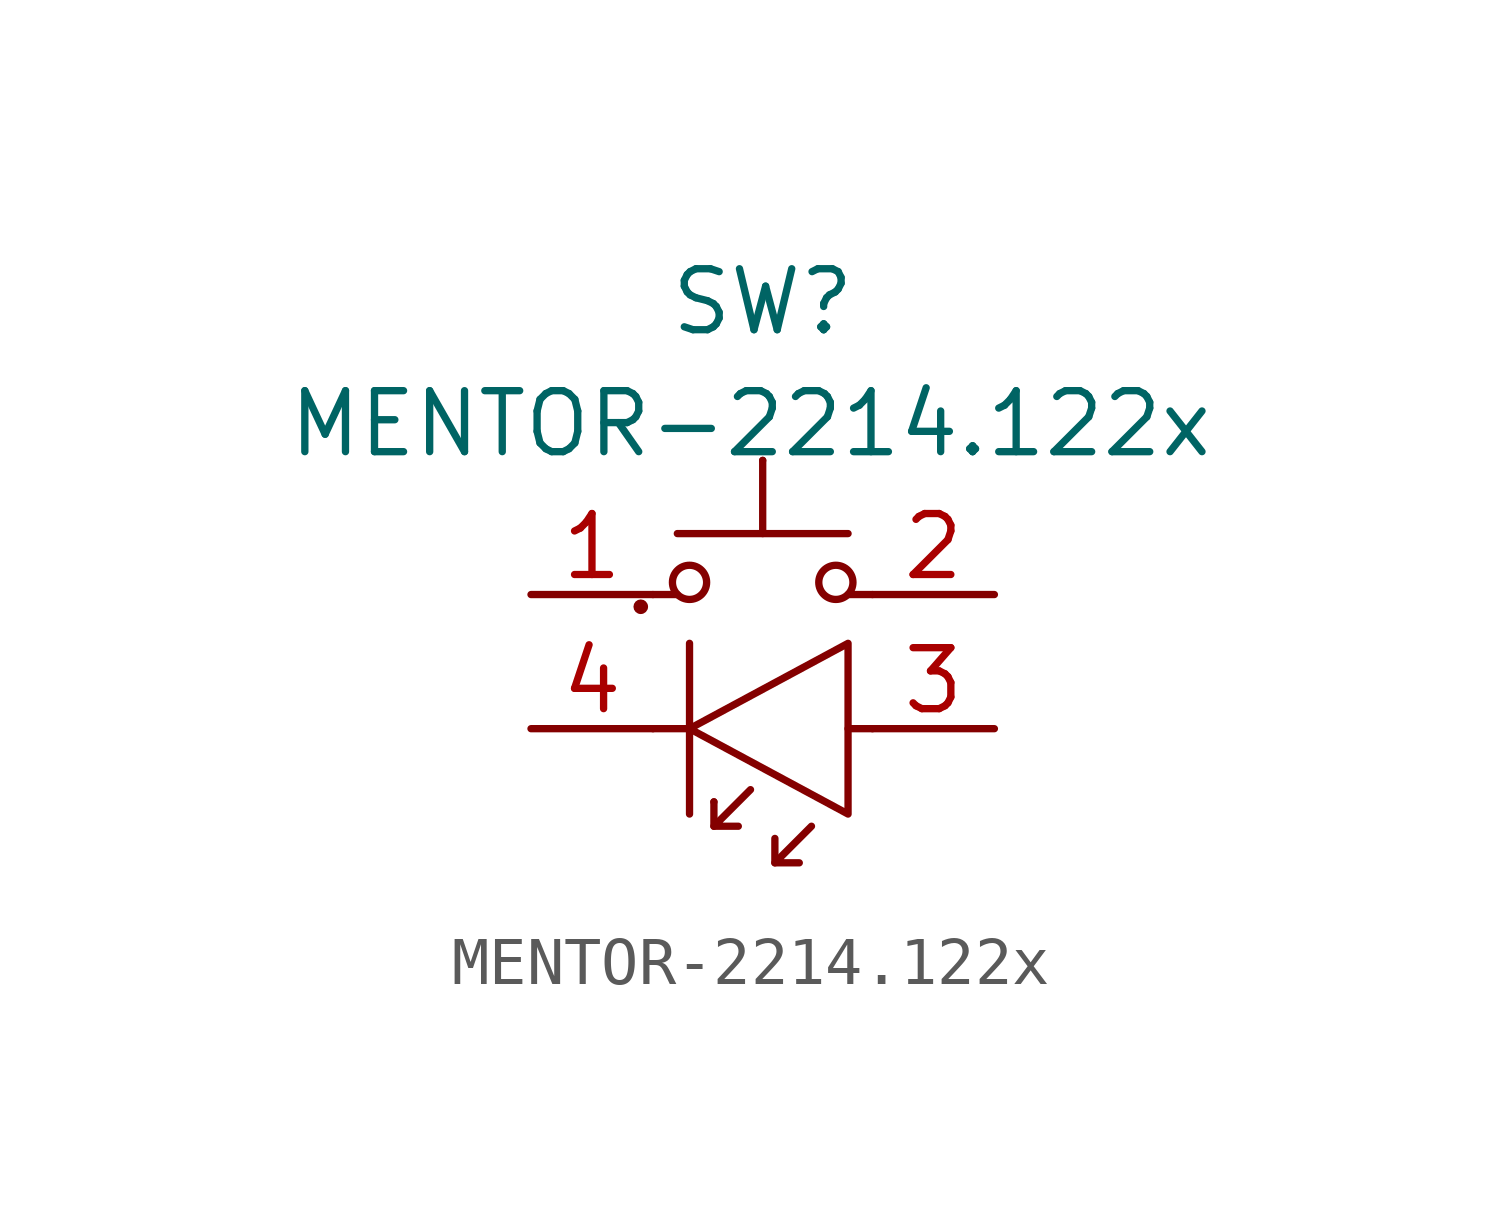
<source format=kicad_sym>
(kicad_symbol_lib
  (version 20211014)
  (generator kicad_symbol_editor)
  (symbol "MENTOR-2214.122x"
    (pin_names
      (offset 1.016))
    (property "Reference" "SW"
      (at 0 7.62 0)
      (effects (font (size 1.27 1.27))))
    (property "Value" "MENTOR-2214.122x"
      (at -0.254 5.08 0)
      (effects (font (size 1.27 1.27))))
    (symbol "MENTOR-2214.122x_0_1"
      (circle (center -2.54 1.27) (radius 0.0001) (stroke (width 0) (type default) (color 0 0 0 0)) (fill (type none)))
      (circle (center -1.524 1.778) (radius 0.356) (stroke (width 0) (type default) (color 0 0 0 0)) (fill (type none)))
      (polyline (pts (xy -2.286 1.524) (xy -1.778 1.524)) (stroke (width 0) (type default) (color 0 0 0 0)) (fill (type none)))
      (polyline (pts (xy -1.778 2.794) (xy 1.778 2.794)) (stroke (width 0) (type default) (color 0 0 0 0)) (fill (type none)))
      (polyline (pts (xy -1.524 -1.27) (xy -2.286 -1.27)) (stroke (width 0) (type default) (color 0 0 0 0)) (fill (type none)))
      (polyline (pts (xy -1.524 0.508) (xy -1.524 -3.048)) (stroke (width 0) (type default) (color 0 0 0 0)) (fill (type none)))
      (polyline (pts (xy -1.016 -3.302) (xy -1.016 -2.794)) (stroke (width 0) (type default) (color 0 0 0 0)) (fill (type none)))
      (polyline (pts (xy -1.016 -2.794) (xy -1.016 -2.794)) (stroke (width 0) (type default) (color 0 0 0 0)) (fill (type none)))
      (polyline (pts (xy 0 2.794) (xy 0 4.318)) (stroke (width 0) (type default) (color 0 0 0 0)) (fill (type none)))
      (polyline (pts (xy 0 4.318) (xy 0 4.318)) (stroke (width 0) (type default) (color 0 0 0 0)) (fill (type none)))
      (polyline (pts (xy 0.254 -4.064) (xy 0.254 -3.556)) (stroke (width 0) (type default) (color 0 0 0 0)) (fill (type none)))
      (polyline (pts (xy 2.286 -1.27) (xy 1.778 -1.27)) (stroke (width 0) (type default) (color 0 0 0 0)) (fill (type none)))
      (polyline (pts (xy 2.286 1.524) (xy 1.778 1.524)) (stroke (width 0) (type default) (color 0 0 0 0)) (fill (type none)))
      (polyline (pts (xy -0.254 -2.54) (xy -1.016 -3.302) (xy -0.508 -3.302)) (stroke (width 0) (type default) (color 0 0 0 0)) (fill (type none)))
      (polyline (pts (xy 1.016 -3.302) (xy 0.254 -4.064) (xy 0.762 -4.064)) (stroke (width 0) (type default) (color 0 0 0 0)) (fill (type none)))
      (polyline (pts (xy 1.778 -1.27) (xy 1.778 0.508) (xy -1.524 -1.27) (xy 1.778 -3.048) (xy 1.778 -1.27)) (stroke (width 0) (type default) (color 0 0 0 0)) (fill (type none)))
      (circle (center 1.524 1.778) (radius 0.356) (stroke (width 0) (type default) (color 0 0 0 0)) (fill (type none))))
    (symbol "MENTOR-2214.122x_1_1"
      (pin passive line (at -4.826 1.524 0) (length 2.54) (name "~" (effects (font (size 1.27 1.27)))) (number "1" (effects (font (size 1.27 1.27)))))
      (pin passive line (at 4.826 1.524 180) (length 2.54) (name "~" (effects (font (size 1.27 1.27)))) (number "2" (effects (font (size 1.27 1.27)))))
      (pin passive line (at 4.826 -1.27 180) (length 2.54) (name "~" (effects (font (size 1.27 1.27)))) (number "3" (effects (font (size 1.27 1.27)))))
      (pin passive line (at -4.826 -1.27 0) (length 2.54) (name "~" (effects (font (size 1.27 1.27)))) (number "4" (effects (font (size 1.27 1.27))))))))
</source>
